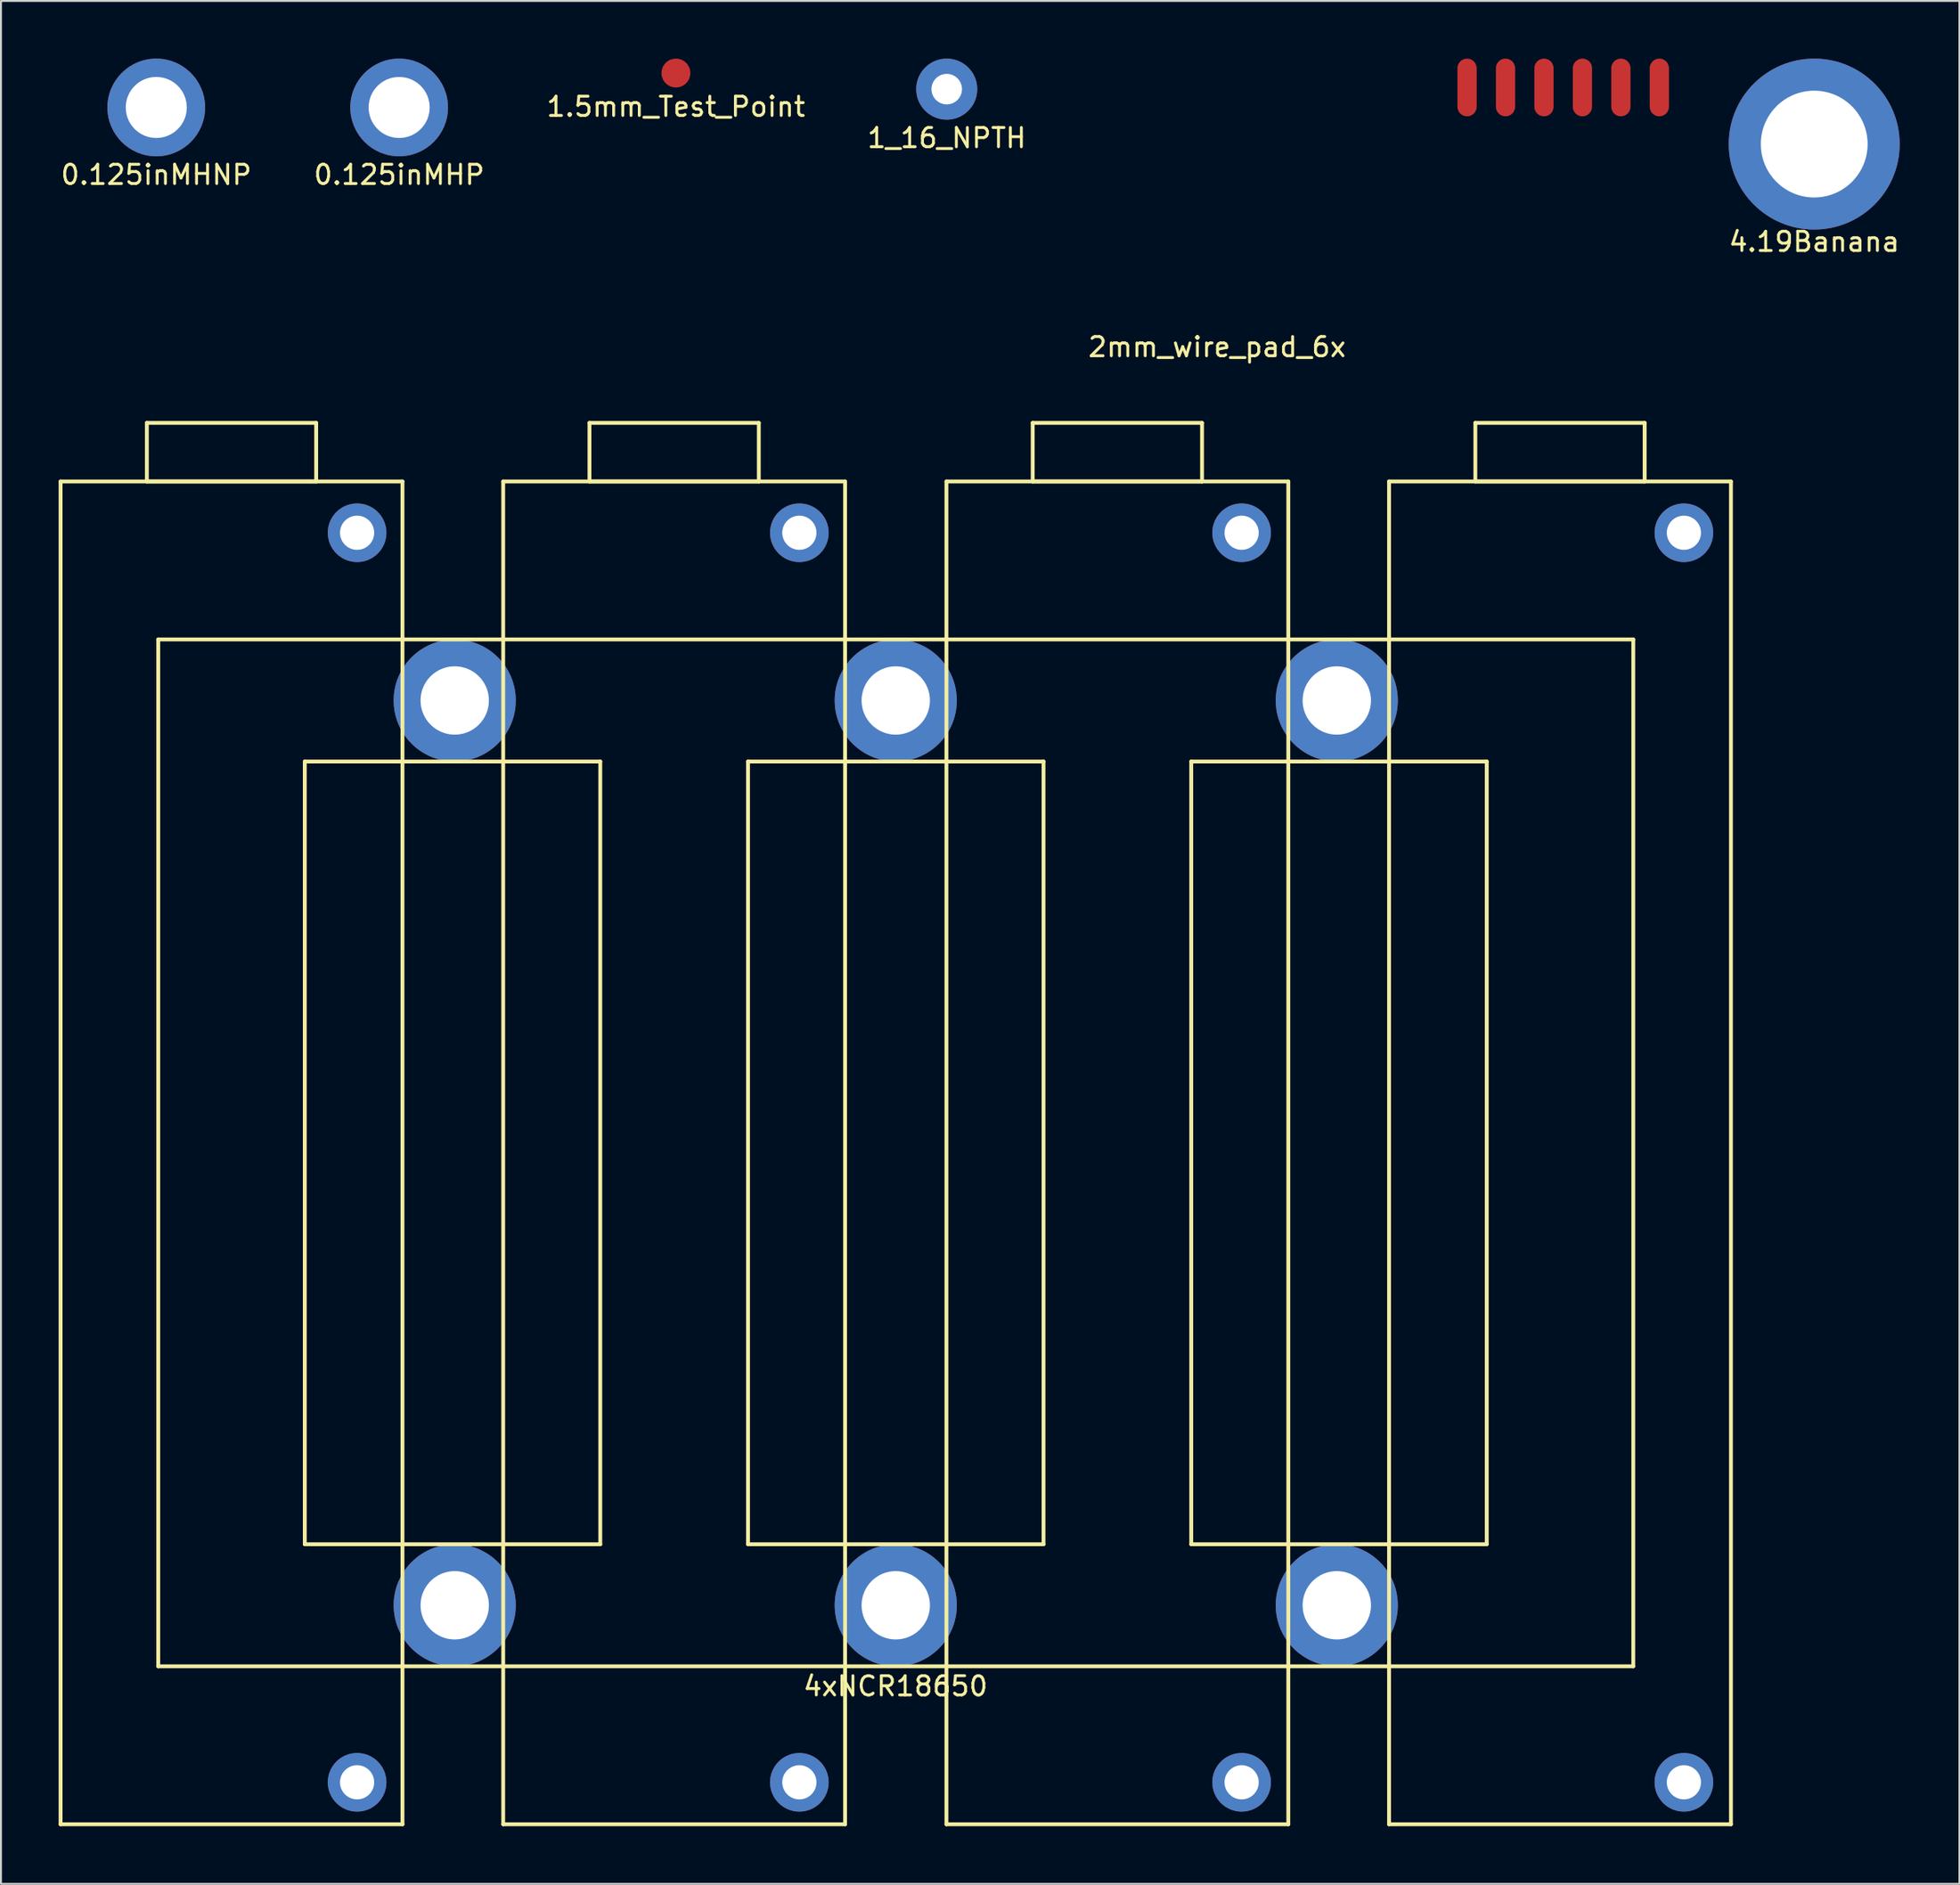
<source format=kicad_pcb>
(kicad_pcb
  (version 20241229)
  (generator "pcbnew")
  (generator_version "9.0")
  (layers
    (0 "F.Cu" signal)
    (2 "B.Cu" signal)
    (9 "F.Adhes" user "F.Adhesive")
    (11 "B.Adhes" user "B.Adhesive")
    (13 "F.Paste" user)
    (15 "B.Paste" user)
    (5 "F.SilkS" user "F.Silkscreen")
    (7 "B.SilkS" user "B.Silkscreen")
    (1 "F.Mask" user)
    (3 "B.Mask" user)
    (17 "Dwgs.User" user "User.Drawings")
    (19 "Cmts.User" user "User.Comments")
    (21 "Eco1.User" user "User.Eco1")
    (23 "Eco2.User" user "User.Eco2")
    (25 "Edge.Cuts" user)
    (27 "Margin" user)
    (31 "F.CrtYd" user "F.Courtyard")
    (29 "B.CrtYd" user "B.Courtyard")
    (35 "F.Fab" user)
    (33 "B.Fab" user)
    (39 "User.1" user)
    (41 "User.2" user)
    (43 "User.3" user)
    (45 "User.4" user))
  (footprint "4xNCR18650"
    (layer "F.Cu")
    (at 43.521 56.663)
    (property "Reference" "4xNCR18650" (at 0 28 0) (layer "F.SilkS") (effects (font (size 1 1) (thickness 0.15))))
    (attr through_hole)
    (fp_line (start -43.421 -34.667) (end -43.421 35.183) (stroke (width 0.2) (type solid)) (layer "F.SilkS"))
    (fp_line (start -43.421 -34.667) (end -25.641 -34.667) (stroke (width 0.2) (type solid)) (layer "F.SilkS"))
    (fp_line (start -43.421 35.183) (end -25.641 35.183) (stroke (width 0.2) (type solid)) (layer "F.SilkS"))
    (fp_line (start -38.934 -37.715) (end -38.934 -34.667) (stroke (width 0.2) (type solid)) (layer "F.SilkS"))
    (fp_line (start -38.934 -37.715) (end -30.128 -37.715) (stroke (width 0.2) (type solid)) (layer "F.SilkS"))
    (fp_line (start -38.934 -34.667) (end -30.128 -34.667) (stroke (width 0.2) (type solid)) (layer "F.SilkS"))
    (fp_line (start -38.341 -26.45) (end 38.367 -26.45) (stroke (width 0.2) (type solid)) (layer "F.SilkS"))
    (fp_line (start -38.341 26.966) (end -38.341 -26.45) (stroke (width 0.2) (type solid)) (layer "F.SilkS"))
    (fp_line (start -38.341 26.966) (end 38.367 26.966) (stroke (width 0.2) (type solid)) (layer "F.SilkS"))
    (fp_line (start -30.721 -20.1) (end -30.721 20.616) (stroke (width 0.2) (type solid)) (layer "F.SilkS"))
    (fp_line (start -30.721 -20.1) (end -15.354 -20.1) (stroke (width 0.2) (type solid)) (layer "F.SilkS"))
    (fp_line (start -30.721 20.616) (end -15.354 20.616) (stroke (width 0.2) (type solid)) (layer "F.SilkS"))
    (fp_line (start -30.128 -37.715) (end -30.128 -34.667) (stroke (width 0.2) (type solid)) (layer "F.SilkS"))
    (fp_line (start -25.641 -34.667) (end -25.641 35.183) (stroke (width 0.2) (type solid)) (layer "F.SilkS"))
    (fp_line (start -20.402 -34.667) (end -20.402 35.183) (stroke (width 0.2) (type solid)) (layer "F.SilkS"))
    (fp_line (start -20.402 -34.667) (end -2.622 -34.667) (stroke (width 0.2) (type solid)) (layer "F.SilkS"))
    (fp_line (start -20.402 35.183) (end -2.622 35.183) (stroke (width 0.2) (type solid)) (layer "F.SilkS"))
    (fp_line (start -15.915 -37.715) (end -15.915 -34.667) (stroke (width 0.2) (type solid)) (layer "F.SilkS"))
    (fp_line (start -15.915 -37.715) (end -7.109 -37.715) (stroke (width 0.2) (type solid)) (layer "F.SilkS"))
    (fp_line (start -15.915 -34.667) (end -7.109 -34.667) (stroke (width 0.2) (type solid)) (layer "F.SilkS"))
    (fp_line (start -15.354 -20.1) (end -15.354 20.616) (stroke (width 0.2) (type solid)) (layer "F.SilkS"))
    (fp_line (start -7.67 -20.1) (end -7.67 20.616) (stroke (width 0.2) (type solid)) (layer "F.SilkS"))
    (fp_line (start -7.67 -20.1) (end 7.697 -20.1) (stroke (width 0.2) (type solid)) (layer "F.SilkS"))
    (fp_line (start -7.67 20.616) (end 7.697 20.616) (stroke (width 0.2) (type solid)) (layer "F.SilkS"))
    (fp_line (start -7.109 -37.715) (end -7.109 -34.667) (stroke (width 0.2) (type solid)) (layer "F.SilkS"))
    (fp_line (start -2.622 -34.667) (end -2.622 35.183) (stroke (width 0.2) (type solid)) (layer "F.SilkS"))
    (fp_line (start 2.648 -34.667) (end 2.648 35.183) (stroke (width 0.2) (type solid)) (layer "F.SilkS"))
    (fp_line (start 2.648 -34.667) (end 20.428 -34.667) (stroke (width 0.2) (type solid)) (layer "F.SilkS"))
    (fp_line (start 2.648 35.183) (end 20.428 35.183) (stroke (width 0.2) (type solid)) (layer "F.SilkS"))
    (fp_line (start 7.135 -37.715) (end 7.135 -34.667) (stroke (width 0.2) (type solid)) (layer "F.SilkS"))
    (fp_line (start 7.135 -37.715) (end 15.941 -37.715) (stroke (width 0.2) (type solid)) (layer "F.SilkS"))
    (fp_line (start 7.135 -34.667) (end 15.941 -34.667) (stroke (width 0.2) (type solid)) (layer "F.SilkS"))
    (fp_line (start 7.697 -20.1) (end 7.697 20.616) (stroke (width 0.2) (type solid)) (layer "F.SilkS"))
    (fp_line (start 15.38 -20.1) (end 15.38 20.616) (stroke (width 0.2) (type solid)) (layer "F.SilkS"))
    (fp_line (start 15.38 -20.1) (end 30.747 -20.1) (stroke (width 0.2) (type solid)) (layer "F.SilkS"))
    (fp_line (start 15.38 20.616) (end 30.747 20.616) (stroke (width 0.2) (type solid)) (layer "F.SilkS"))
    (fp_line (start 15.941 -37.715) (end 15.941 -34.667) (stroke (width 0.2) (type solid)) (layer "F.SilkS"))
    (fp_line (start 20.428 -34.667) (end 20.428 35.183) (stroke (width 0.2) (type solid)) (layer "F.SilkS"))
    (fp_line (start 25.667 -34.667) (end 25.667 35.183) (stroke (width 0.2) (type solid)) (layer "F.SilkS"))
    (fp_line (start 25.667 -34.667) (end 43.447 -34.667) (stroke (width 0.2) (type solid)) (layer "F.SilkS"))
    (fp_line (start 25.667 35.183) (end 43.447 35.183) (stroke (width 0.2) (type solid)) (layer "F.SilkS"))
    (fp_line (start 30.154 -37.715) (end 30.154 -34.667) (stroke (width 0.2) (type solid)) (layer "F.SilkS"))
    (fp_line (start 30.154 -37.715) (end 38.96 -37.715) (stroke (width 0.2) (type solid)) (layer "F.SilkS"))
    (fp_line (start 30.154 -34.667) (end 38.96 -34.667) (stroke (width 0.2) (type solid)) (layer "F.SilkS"))
    (fp_line (start 30.747 -20.1) (end 30.747 20.616) (stroke (width 0.2) (type solid)) (layer "F.SilkS"))
    (fp_line (start 38.367 26.966) (end 38.367 -26.45) (stroke (width 0.2) (type solid)) (layer "F.SilkS"))
    (fp_line (start 38.96 -37.715) (end 38.96 -34.667) (stroke (width 0.2) (type solid)) (layer "F.SilkS"))
    (fp_line (start 43.447 -34.667) (end 43.447 35.183) (stroke (width 0.2) (type solid)) (layer "F.SilkS"))
    (pad "" np_thru_hole circle (at -22.923 -23.275) (size 6.35 6.35) (drill 3.556) (layers "*.Cu" "*.Mask"))
    (pad "" np_thru_hole circle (at -22.923 23.791) (size 6.35 6.35) (drill 3.556) (layers "*.Cu" "*.Mask"))
    (pad "" np_thru_hole circle (at 0.013 -23.275) (size 6.35 6.35) (drill 3.556) (layers "*.Cu" "*.Mask"))
    (pad "" np_thru_hole circle (at 0.013 23.791) (size 6.35 6.35) (drill 3.556) (layers "*.Cu" "*.Mask"))
    (pad "" np_thru_hole circle (at 22.949 -23.275) (size 6.35 6.35) (drill 3.556) (layers "*.Cu" "*.Mask"))
    (pad "" np_thru_hole circle (at 22.949 23.791) (size 6.35 6.35) (drill 3.556) (layers "*.Cu" "*.Mask"))
    (pad "1" thru_hole circle (at -28 -32) (size 3.048 3.048) (drill 1.778) (layers "*.Cu" "*.Mask"))
    (pad "2" thru_hole circle (at -5 -32) (size 3.048 3.048) (drill 1.778) (layers "*.Cu" "*.Mask"))
    (pad "3" thru_hole circle (at 18 -32) (size 3.048 3.048) (drill 1.778) (layers "*.Cu" "*.Mask"))
    (pad "4" thru_hole circle (at 41 -32) (size 3.048 3.048) (drill 1.778) (layers "*.Cu" "*.Mask"))
    (pad "5" thru_hole circle (at -28 33) (size 3.048 3.048) (drill 1.778) (layers "*.Cu" "*.Mask"))
    (pad "6" thru_hole circle (at -5 33) (size 3.048 3.048) (drill 1.778) (layers "*.Cu" "*.Mask"))
    (pad "7" thru_hole circle (at 18 33) (size 3.048 3.048) (drill 1.778) (layers "*.Cu" "*.Mask"))
    (pad "8" thru_hole circle (at 41 33) (size 3.048 3.048) (drill 1.778) (layers "*.Cu" "*.Mask")))
  (footprint "1.5mm_Test_Point"
    (layer "F.Cu")
    (at 32.101 0.75)
    (property "Reference" "1.5mm_Test_Point" (at 0 1.75 0) (layer "F.SilkS") (effects (font (size 1 1) (thickness 0.15))))
    (attr through_hole)
    (pad "1" smd circle (at 0 0) (size 1.5 1.5) (layers "F.Cu" "F.Mask" "F.Paste")))
  (footprint "0.125inMHP"
    (layer "F.Cu")
    (at 17.708 2.54)
    (property "Reference" "0.125inMHP" (at 0 3.5 0) (layer "F.SilkS") (effects (font (size 1 1) (thickness 0.15))))
    (attr through_hole)
    (pad "1" thru_hole circle (at 0 0) (size 5.08 5.08) (drill 3.175) (layers "*.Cu" "*.Mask")))
  (footprint "1_16_NPTH"
    (layer "F.Cu")
    (at 46.185 1.587)
    (property "Reference" "1_16_NPTH" (at 0 2.54 0) (layer "F.SilkS") (effects (font (size 1 1) (thickness 0.15))))
    (attr through_hole)
    (pad "" np_thru_hole circle (at 0 0) (size 3.175 3.175) (drill 1.587) (layers "*.Cu" "*.Mask")))
  (footprint "2mm_wire_pad_6x"
    (layer "F.Cu")
    (at 78.244 1.5)
    (property "Reference" "2mm_wire_pad_6x" (at -18 13.5 0) (layer "F.SilkS") (effects (font (size 1 1) (thickness 0.15))))
    (attr through_hole)
    (pad "1" smd oval (at -5 0) (size 1 3) (layers "F.Cu" "F.Mask" "F.Paste"))
    (pad "2" smd oval (at -3 0) (size 1 3) (layers "F.Cu" "F.Mask" "F.Paste"))
    (pad "3" smd oval (at -1 0) (size 1 3) (layers "F.Cu" "F.Mask" "F.Paste"))
    (pad "4" smd oval (at 1 0) (size 1 3) (layers "F.Cu" "F.Mask" "F.Paste"))
    (pad "5" smd oval (at 3 0) (size 1 3) (layers "F.Cu" "F.Mask" "F.Paste"))
    (pad "6" smd oval (at 5 0) (size 1 3) (layers "F.Cu" "F.Mask" "F.Paste")))
  (footprint "0.125inMHNP"
    (layer "F.Cu")
    (at 5.077 2.54)
    (property "Reference" "0.125inMHNP" (at 0 3.5 0) (layer "F.SilkS") (effects (font (size 1 1) (thickness 0.15))))
    (attr through_hole)
    (pad "" np_thru_hole circle (at 0 0) (size 5.08 5.08) (drill 3.175) (layers "*.Cu" "*.Mask")))
  (footprint "4.19Banana"
    (layer "F.Cu")
    (at 91.298 4.445)
    (property "Reference" "4.19Banana" (at 0 5.08 0) (layer "F.SilkS") (effects (font (size 1 1) (thickness 0.15))))
    (attr through_hole)
    (pad "1" thru_hole circle (at 0 0) (size 8.89 8.89) (drill 5.555) (layers "*.Cu" "*.Mask")))
  (gr_rect
    (start -3 -3)
    (end 98.851 94.946)
    (stroke (width 0.1) (type default))
    (fill no)
    (layer "Edge.Cuts")))
</source>
